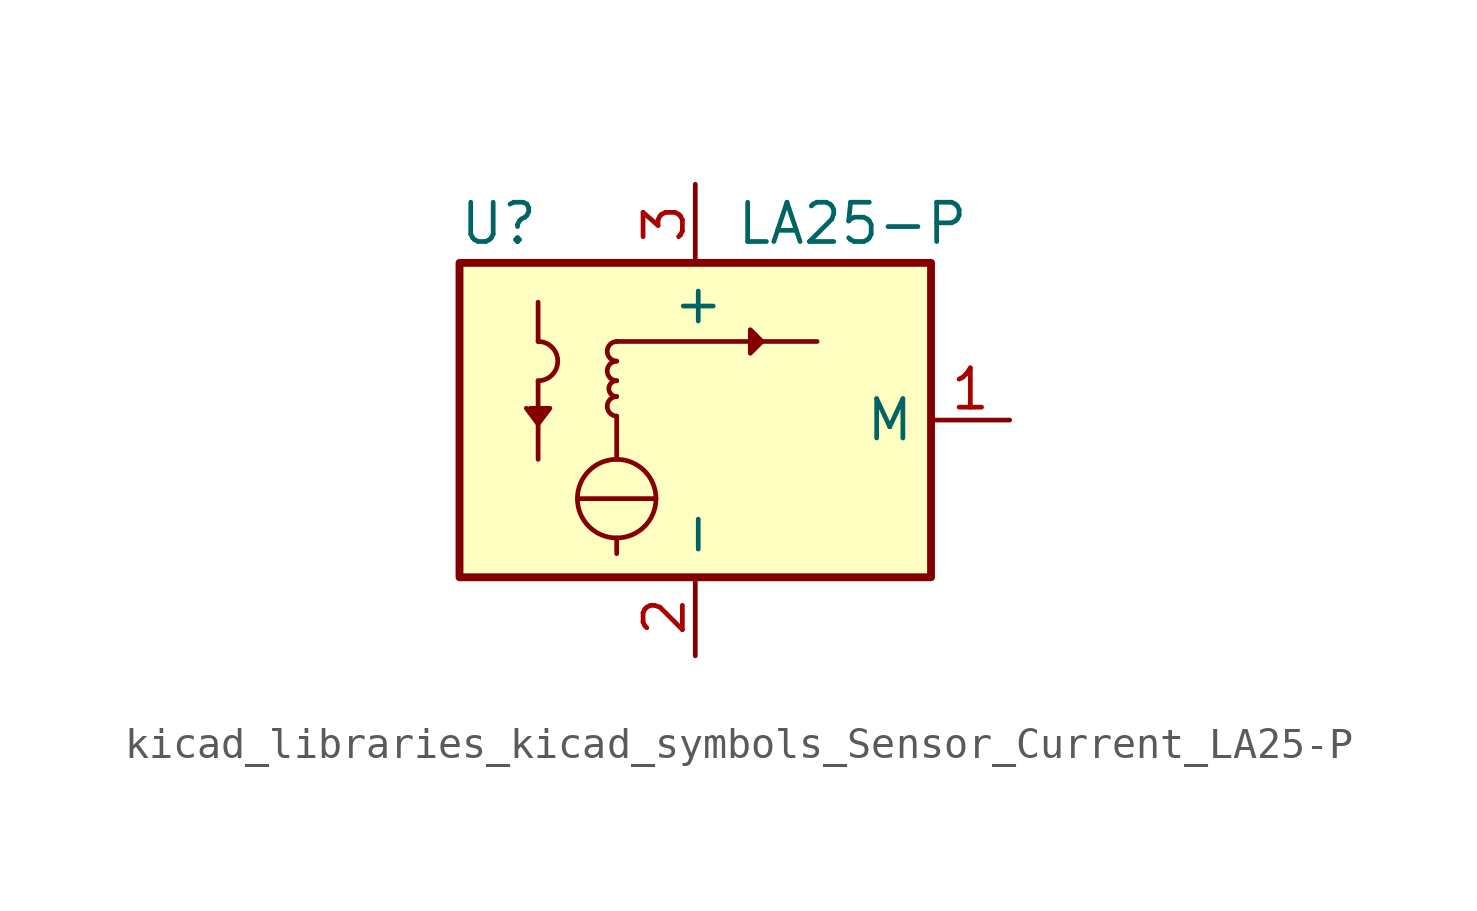
<source format=kicad_sym>
(kicad_symbol_lib
  (version 20220914)
  (generator kicad_symbol_editor)
  (symbol "kicad_libraries_kicad_symbols_Sensor_Current_LA25-P"
    (property "Reference" "U"
      (at -6.35 6.35 0)
      (effects (font (size 1.27 1.27))))
    (property "Value" "LA25-P"
      (at 5.08 6.35 0)
      (effects (font (size 1.27 1.27))))
    (symbol "kicad_libraries_kicad_symbols_Sensor_Current_LA25-P_0_1"
      (arc (start -5.08 1.27) (mid -4.4477 1.905) (end -5.08 2.54) (stroke (width 0) (type default)) (fill (type none)))
      (circle (center -2.54 -2.54) (radius 1.27) (stroke (width 0) (type default)) (fill (type none)))
      (arc (start -2.54 0.762) (mid -2.8448 0.4572) (end -2.54 0.127) (stroke (width 0) (type default)) (fill (type none)))
      (arc (start -2.54 1.27) (mid -2.7929 1.016) (end -2.54 0.762) (stroke (width 0) (type default)) (fill (type none)))
      (arc (start -2.54 1.905) (mid -2.8448 1.6002) (end -2.54 1.27) (stroke (width 0) (type default)) (fill (type none)))
      (arc (start -2.54 2.54) (mid -2.8448 2.2352) (end -2.54 1.905) (stroke (width 0) (type default)) (fill (type none)))
      (polyline (pts (xy -5.08 1.27) (xy -5.08 -1.27)) (stroke (width 0) (type default)) (fill (type none)))
      (polyline (pts (xy -5.08 3.81) (xy -5.08 2.54)) (stroke (width 0) (type default)) (fill (type none)))
      (polyline (pts (xy -3.81 -2.54) (xy -1.27 -2.54)) (stroke (width 0) (type default)) (fill (type none)))
      (polyline (pts (xy -2.54 -3.81) (xy -2.54 -4.318)) (stroke (width 0) (type default)) (fill (type none)))
      (polyline (pts (xy -2.54 -1.27) (xy -2.54 0.127)) (stroke (width 0) (type default)) (fill (type none)))
      (polyline (pts (xy -2.54 2.54) (xy 3.937 2.54)) (stroke (width 0) (type default)) (fill (type none)))
      (polyline (pts (xy -5.334 0.381) (xy -4.699 0.381) (xy -5.08 -0.127) (xy -5.461 0.381)) (stroke (width 0) (type default)) (fill (type outline)))
      (polyline (pts (xy 2.159 2.54) (xy 1.778 2.921) (xy 1.778 2.159) (xy 2.159 2.54)) (stroke (width 0) (type default)) (fill (type outline)))
      (rectangle (start 7.62 -5.08) (end -7.62 5.08) (stroke (width 0.254) (type default)) (fill (type background))))
    (symbol "kicad_libraries_kicad_symbols_Sensor_Current_LA25-P_1_1"
      (pin output line (at 10.16 0 180) (length 2.54) (name "M" (effects (font (size 1.27 1.27)))) (number "1" (effects (font (size 1.27 1.27)))))
      (pin power_in line (at 0 -7.62 90) (length 2.54) (name "-" (effects (font (size 1.27 1.27)))) (number "2" (effects (font (size 1.27 1.27)))))
      (pin power_in line (at 0 7.62 270) (length 2.54) (name "+" (effects (font (size 1.27 1.27)))) (number "3" (effects (font (size 1.27 1.27))))))))
</source>
